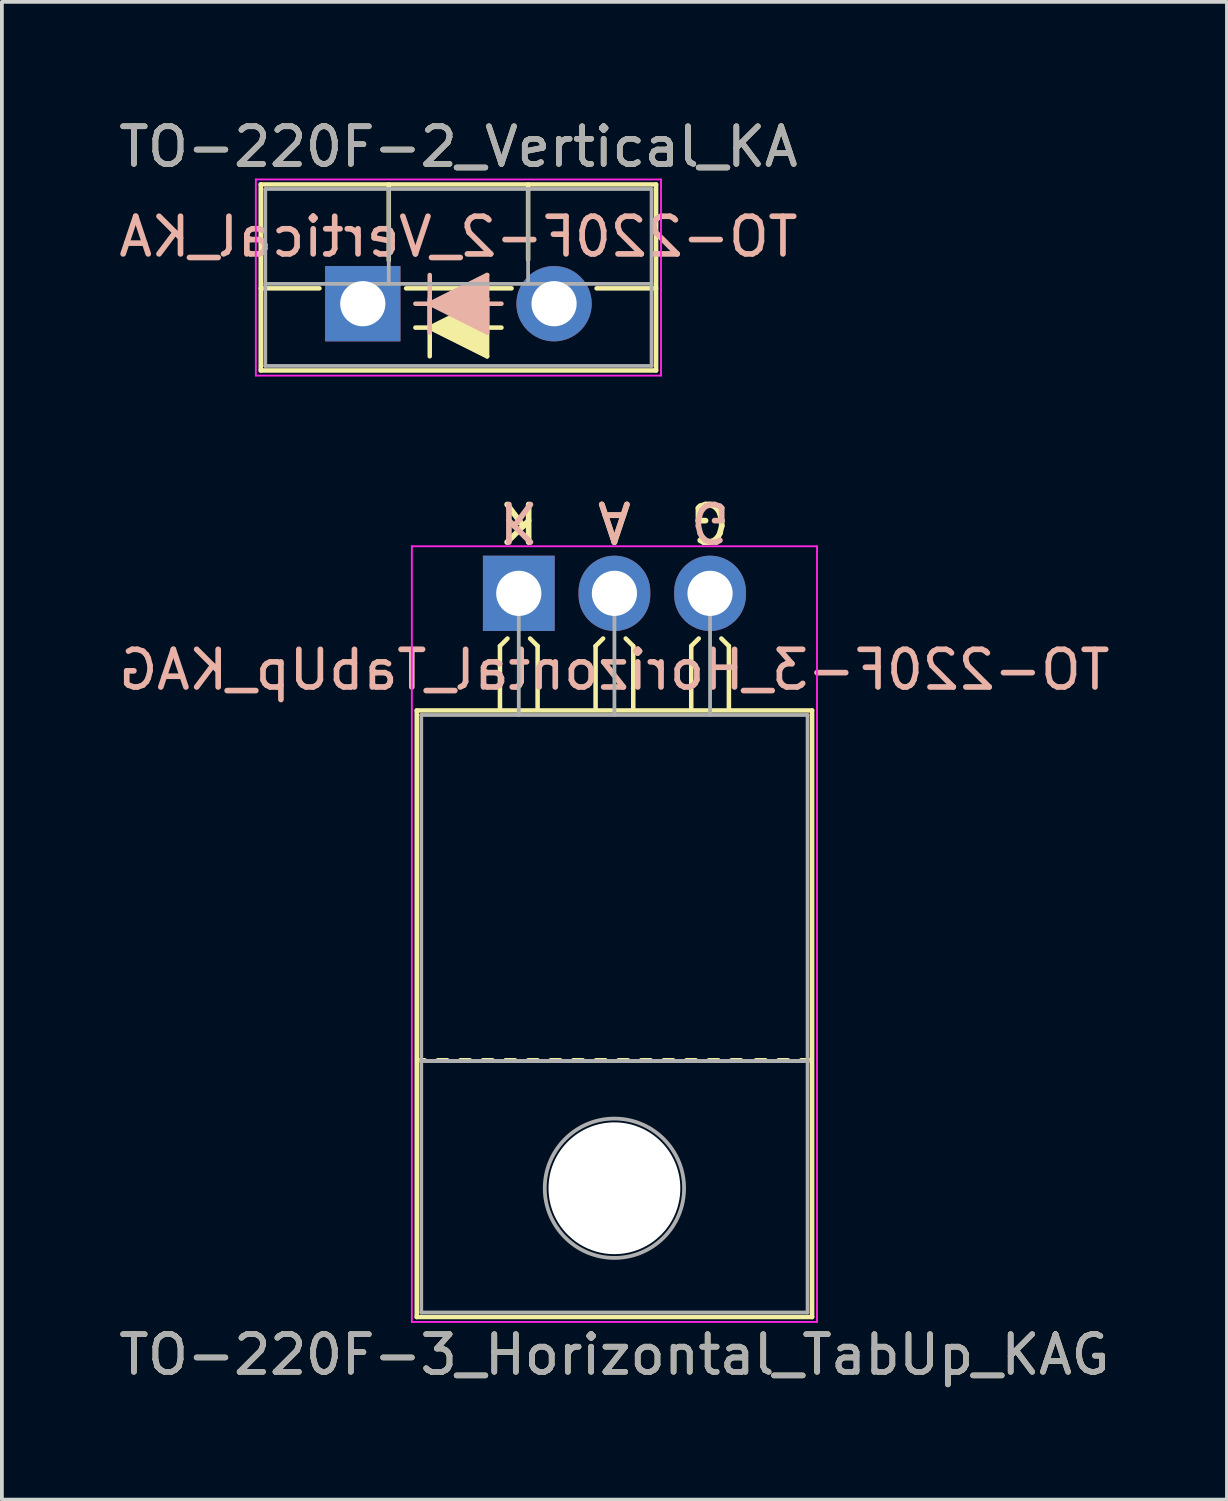
<source format=kicad_pcb>
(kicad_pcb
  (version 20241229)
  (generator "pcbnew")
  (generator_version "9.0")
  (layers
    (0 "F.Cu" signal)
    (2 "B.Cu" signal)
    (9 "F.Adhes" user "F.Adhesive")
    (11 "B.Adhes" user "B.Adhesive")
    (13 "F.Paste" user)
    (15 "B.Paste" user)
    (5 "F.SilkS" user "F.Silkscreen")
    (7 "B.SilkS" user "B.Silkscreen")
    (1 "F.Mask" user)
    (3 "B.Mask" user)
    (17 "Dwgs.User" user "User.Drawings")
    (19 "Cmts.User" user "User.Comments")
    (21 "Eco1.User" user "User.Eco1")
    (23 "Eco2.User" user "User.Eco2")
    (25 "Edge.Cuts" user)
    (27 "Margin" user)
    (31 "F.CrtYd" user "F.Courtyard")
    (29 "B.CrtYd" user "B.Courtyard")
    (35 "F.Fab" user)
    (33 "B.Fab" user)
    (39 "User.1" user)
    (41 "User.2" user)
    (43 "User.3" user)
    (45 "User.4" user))
  (footprint "TO-220F-3_Horizontal_TabUp_KAG"
    (layer "F.Cu")
    (at 10.728 12.708)
    (property "Reference" "TO-220F-3_Horizontal_TabUp_KAG" (at 2.54 20.22 0) (layer "F.SilkS") (effects (font (size 1 1) (thickness 0.15))))
    (fp_line (start -2.71 19.22) (end -2.71 3.11) (stroke (width 0.12) (type solid)) (layer "F.SilkS"))
    (fp_line (start -2.5 12.4) (end -2.7 12.4) (stroke (width 0.12) (type solid)) (layer "F.SilkS"))
    (fp_line (start -1.9 12.4) (end -2.15 12.4) (stroke (width 0.12) (type solid)) (layer "F.SilkS"))
    (fp_line (start -1.3 12.4) (end -1.55 12.4) (stroke (width 0.12) (type solid)) (layer "F.SilkS"))
    (fp_line (start -0.7 12.4) (end -0.95 12.4) (stroke (width 0.12) (type solid)) (layer "F.SilkS"))
    (fp_line (start -0.5 1.4) (end -0.3 1.2) (stroke (width 0.12) (type solid)) (layer "F.SilkS"))
    (fp_line (start -0.5 3.048) (end -0.5 1.4) (stroke (width 0.12) (type solid)) (layer "F.SilkS"))
    (fp_line (start -0.1 12.4) (end -0.35 12.4) (stroke (width 0.12) (type solid)) (layer "F.SilkS"))
    (fp_line (start 0.5 1.4) (end 0.3 1.2) (stroke (width 0.12) (type solid)) (layer "F.SilkS"))
    (fp_line (start 0.5 3.048) (end 0.5 1.4) (stroke (width 0.12) (type solid)) (layer "F.SilkS"))
    (fp_line (start 0.5 12.4) (end 0.25 12.4) (stroke (width 0.12) (type solid)) (layer "F.SilkS"))
    (fp_line (start 1.1 12.4) (end 0.85 12.4) (stroke (width 0.12) (type solid)) (layer "F.SilkS"))
    (fp_line (start 1.7 12.4) (end 1.45 12.4) (stroke (width 0.12) (type solid)) (layer "F.SilkS"))
    (fp_line (start 2.04 1.4) (end 2.24 1.2) (stroke (width 0.12) (type solid)) (layer "F.SilkS"))
    (fp_line (start 2.04 3.048) (end 2.04 1.4) (stroke (width 0.12) (type solid)) (layer "F.SilkS"))
    (fp_line (start 2.3 12.4) (end 2.05 12.4) (stroke (width 0.12) (type solid)) (layer "F.SilkS"))
    (fp_line (start 2.9 12.4) (end 2.65 12.4) (stroke (width 0.12) (type solid)) (layer "F.SilkS"))
    (fp_line (start 3.04 1.4) (end 2.84 1.2) (stroke (width 0.12) (type solid)) (layer "F.SilkS"))
    (fp_line (start 3.04 3.048) (end 3.04 1.4) (stroke (width 0.12) (type solid)) (layer "F.SilkS"))
    (fp_line (start 3.5 12.4) (end 3.25 12.4) (stroke (width 0.12) (type solid)) (layer "F.SilkS"))
    (fp_line (start 4.1 12.4) (end 3.85 12.4) (stroke (width 0.12) (type solid)) (layer "F.SilkS"))
    (fp_line (start 4.58 1.4) (end 4.78 1.2) (stroke (width 0.12) (type solid)) (layer "F.SilkS"))
    (fp_line (start 4.58 3.048) (end 4.58 1.4) (stroke (width 0.12) (type solid)) (layer "F.SilkS"))
    (fp_line (start 4.7 12.4) (end 4.45 12.4) (stroke (width 0.12) (type solid)) (layer "F.SilkS"))
    (fp_line (start 5.3 12.4) (end 5.05 12.4) (stroke (width 0.12) (type solid)) (layer "F.SilkS"))
    (fp_line (start 5.58 1.4) (end 5.38 1.2) (stroke (width 0.12) (type solid)) (layer "F.SilkS"))
    (fp_line (start 5.58 3.048) (end 5.58 1.4) (stroke (width 0.12) (type solid)) (layer "F.SilkS"))
    (fp_line (start 5.9 12.4) (end 5.65 12.4) (stroke (width 0.12) (type solid)) (layer "F.SilkS"))
    (fp_line (start 6.55 12.4) (end 6.3 12.4) (stroke (width 0.12) (type solid)) (layer "F.SilkS"))
    (fp_line (start 7.15 12.4) (end 6.9 12.4) (stroke (width 0.12) (type solid)) (layer "F.SilkS"))
    (fp_line (start 7.75 12.4) (end 7.5 12.4) (stroke (width 0.12) (type solid)) (layer "F.SilkS"))
    (fp_line (start 7.79 3.11) (end -2.71 3.11) (stroke (width 0.12) (type solid)) (layer "F.SilkS"))
    (fp_line (start 7.79 19.22) (end -2.71 19.22) (stroke (width 0.12) (type solid)) (layer "F.SilkS"))
    (fp_line (start 7.79 19.22) (end 7.79 3.11) (stroke (width 0.12) (type solid)) (layer "F.SilkS"))
    (fp_line (start -2.84 -1.25) (end -2.84 19.35) (stroke (width 0.05) (type solid)) (layer "F.CrtYd"))
    (fp_line (start -2.84 19.35) (end 7.92 19.35) (stroke (width 0.05) (type solid)) (layer "F.CrtYd"))
    (fp_line (start 7.92 -1.25) (end -2.84 -1.25) (stroke (width 0.05) (type solid)) (layer "F.CrtYd"))
    (fp_line (start 7.92 19.35) (end 7.92 -1.25) (stroke (width 0.05) (type solid)) (layer "F.CrtYd"))
    (fp_line (start -2.59 3.23) (end -2.59 12.42) (stroke (width 0.1) (type solid)) (layer "F.Fab"))
    (fp_line (start -2.59 12.42) (end -2.59 19.1) (stroke (width 0.1) (type solid)) (layer "F.Fab"))
    (fp_line (start -2.59 12.42) (end 7.67 12.42) (stroke (width 0.1) (type solid)) (layer "F.Fab"))
    (fp_line (start -2.59 19.1) (end 7.67 19.1) (stroke (width 0.1) (type solid)) (layer "F.Fab"))
    (fp_line (start 0 3.23) (end 0 0) (stroke (width 0.1) (type solid)) (layer "F.Fab"))
    (fp_line (start 2.54 3.23) (end 2.54 0) (stroke (width 0.1) (type solid)) (layer "F.Fab"))
    (fp_line (start 5.08 3.23) (end 5.08 0) (stroke (width 0.1) (type solid)) (layer "F.Fab"))
    (fp_line (start 7.67 3.23) (end -2.59 3.23) (stroke (width 0.1) (type solid)) (layer "F.Fab"))
    (fp_line (start 7.67 12.42) (end -2.59 12.42) (stroke (width 0.1) (type solid)) (layer "F.Fab"))
    (fp_line (start 7.67 12.42) (end 7.67 3.23) (stroke (width 0.1) (type solid)) (layer "F.Fab"))
    (fp_line (start 7.67 19.1) (end 7.67 12.42) (stroke (width 0.1) (type solid)) (layer "F.Fab"))
    (fp_circle (center 2.54 15.8) (end 4.39 15.8) (stroke (width 0.1) (type solid)) (fill no) (layer "F.Fab"))
    (fp_text user "A" (at 2.54 -1.905 180) (unlocked yes) (layer "F.SilkS") (effects (font (size 1 1) (thickness 0.15))))
    (fp_text user "G" (at 5.08 -1.905 180) (unlocked yes) (layer "F.SilkS") (effects (font (size 1 1) (thickness 0.15))))
    (fp_text user "K" (at 0 -1.905 180) (unlocked yes) (layer "F.SilkS") (effects (font (size 1 1) (thickness 0.15))))
    (fp_text user "K" (at 0 -1.905 180) (unlocked yes) (layer "B.SilkS") (effects (font (size 1 1) (thickness 0.15)) (justify mirror)))
    (fp_text user "${REFERENCE}" (at 2.54 2.032 0) (layer "B.SilkS") (effects (font (size 1 1) (thickness 0.15)) (justify mirror)))
    (fp_text user "G" (at 5.08 -1.905 180) (unlocked yes) (layer "B.SilkS") (effects (font (size 1 1) (thickness 0.15)) (justify mirror)))
    (fp_text user "A" (at 2.536 -1.909 180) (unlocked yes) (layer "B.SilkS") (effects (font (size 1 1) (thickness 0.15)) (justify mirror)))
    (fp_text user "${REFERENCE}" (at 2.54 20.22 0) (layer "F.Fab") (effects (font (size 1 1) (thickness 0.15))))
    (pad "" np_thru_hole oval (at 2.54 15.8) (size 3.5 3.5) (drill 3.5) (layers "*.Cu" "*.Mask"))
    (pad "1" thru_hole rect (at 0 0) (size 1.905 2) (drill 1.2) (layers "*.Cu" "*.Mask"))
    (pad "2" thru_hole oval (at 2.54 0) (size 1.905 2) (drill 1.2) (layers "*.Cu" "*.Mask"))
    (pad "3" thru_hole oval (at 5.08 0) (size 1.905 2) (drill 1.2) (layers "*.Cu" "*.Mask")))
  (footprint "TO-220F-2_Vertical_KA"
    (layer "F.Cu")
    (at 6.585 5.016)
    (property "Reference" "TO-220F-2_Vertical_KA" (at 2.54 -4.168 0) (layer "F.SilkS") (effects (font (size 1 1) (thickness 0.15))))
    (fp_line (start -2.71 -3.168) (end -2.71 1.773) (stroke (width 0.12) (type solid)) (layer "F.SilkS"))
    (fp_line (start -2.71 -3.168) (end 7.79 -3.168) (stroke (width 0.12) (type solid)) (layer "F.SilkS"))
    (fp_line (start -2.71 -0.408) (end -1.15 -0.408) (stroke (width 0.12) (type solid)) (layer "F.SilkS"))
    (fp_line (start -2.71 1.773) (end 7.79 1.773) (stroke (width 0.12) (type solid)) (layer "F.SilkS"))
    (fp_line (start 0.69 -3.168) (end 0.69 -1.15) (stroke (width 0.12) (type solid)) (layer "F.SilkS"))
    (fp_line (start 1.15 -0.408) (end 3.952 -0.408) (stroke (width 0.12) (type solid)) (layer "F.SilkS"))
    (fp_line (start 1.397 0.635) (end 1.778 0.635) (stroke (width 0.12) (type solid)) (layer "F.SilkS"))
    (fp_line (start 1.778 0.635) (end 1.778 -0.127) (stroke (width 0.12) (type solid)) (layer "F.SilkS"))
    (fp_line (start 1.778 0.635) (end 1.778 1.397) (stroke (width 0.12) (type solid)) (layer "F.SilkS"))
    (fp_line (start 1.778 0.635) (end 3.302 1.397) (stroke (width 0.12) (type solid)) (layer "F.SilkS"))
    (fp_line (start 3.302 -0.127) (end 1.778 0.635) (stroke (width 0.12) (type solid)) (layer "F.SilkS"))
    (fp_line (start 3.302 0.635) (end 3.683 0.635) (stroke (width 0.12) (type solid)) (layer "F.SilkS"))
    (fp_line (start 3.302 1.397) (end 3.302 -0.127) (stroke (width 0.12) (type solid)) (layer "F.SilkS"))
    (fp_line (start 4.391 -3.168) (end 4.391 -1.165) (stroke (width 0.12) (type solid)) (layer "F.SilkS"))
    (fp_line (start 6.209 -0.408) (end 7.79 -0.408) (stroke (width 0.12) (type solid)) (layer "F.SilkS"))
    (fp_line (start 7.79 -3.168) (end 7.79 1.773) (stroke (width 0.12) (type solid)) (layer "F.SilkS"))
    (fp_poly (pts (xy 3.3 1.4) (xy 1.8 0.65) (xy 3.3 -0.1)) (stroke (width 0.1) (type solid)) (fill yes) (layer "F.SilkS"))
    (fp_line (start 1.397 0) (end 1.778 0) (stroke (width 0.12) (type solid)) (layer "B.SilkS"))
    (fp_line (start 1.778 0) (end 1.778 -0.762) (stroke (width 0.12) (type solid)) (layer "B.SilkS"))
    (fp_line (start 1.778 0) (end 1.778 0.762) (stroke (width 0.12) (type solid)) (layer "B.SilkS"))
    (fp_line (start 1.778 0) (end 3.302 -0.762) (stroke (width 0.12) (type solid)) (layer "B.SilkS"))
    (fp_line (start 3.302 -0.762) (end 3.302 0.762) (stroke (width 0.12) (type solid)) (layer "B.SilkS"))
    (fp_line (start 3.302 0) (end 3.683 0) (stroke (width 0.12) (type solid)) (layer "B.SilkS"))
    (fp_line (start 3.302 0.762) (end 1.778 0) (stroke (width 0.12) (type solid)) (layer "B.SilkS"))
    (fp_poly (pts (xy 3.3 -0.765) (xy 1.8 -0.015) (xy 3.3 0.735)) (stroke (width 0.1) (type solid)) (fill yes) (layer "B.SilkS"))
    (fp_line (start -2.84 -3.3) (end -2.84 1.91) (stroke (width 0.05) (type solid)) (layer "F.CrtYd"))
    (fp_line (start -2.84 1.91) (end 7.92 1.91) (stroke (width 0.05) (type solid)) (layer "F.CrtYd"))
    (fp_line (start 7.92 -3.3) (end -2.84 -3.3) (stroke (width 0.05) (type solid)) (layer "F.CrtYd"))
    (fp_line (start 7.92 1.91) (end 7.92 -3.3) (stroke (width 0.05) (type solid)) (layer "F.CrtYd"))
    (fp_line (start -2.59 -3.047) (end -2.59 1.653) (stroke (width 0.1) (type solid)) (layer "F.Fab"))
    (fp_line (start -2.59 -0.527) (end 7.67 -0.527) (stroke (width 0.1) (type solid)) (layer "F.Fab"))
    (fp_line (start -2.59 1.653) (end 7.67 1.653) (stroke (width 0.1) (type solid)) (layer "F.Fab"))
    (fp_line (start 0.69 -3.047) (end 0.69 -0.527) (stroke (width 0.1) (type solid)) (layer "F.Fab"))
    (fp_line (start 4.39 -3.047) (end 4.39 -0.527) (stroke (width 0.1) (type solid)) (layer "F.Fab"))
    (fp_line (start 7.67 -3.047) (end -2.59 -3.047) (stroke (width 0.1) (type solid)) (layer "F.Fab"))
    (fp_line (start 7.67 1.653) (end 7.67 -3.047) (stroke (width 0.1) (type solid)) (layer "F.Fab"))
    (fp_text user "${REFERENCE}" (at 2.54 -1.778 0) (layer "B.SilkS") (effects (font (size 1 1) (thickness 0.15)) (justify mirror)))
    (fp_text user "${REFERENCE}" (at 2.54 -4.168 0) (layer "F.Fab") (effects (font (size 1 1) (thickness 0.15))))
    (pad "1" thru_hole rect (at 0 0) (size 2 2) (drill 1.2) (layers "*.Cu" "*.Mask"))
    (pad "2" thru_hole oval (at 5.08 0) (size 2 2) (drill 1.2) (layers "*.Cu" "*.Mask")))
  (gr_rect
    (start -3 -3)
    (end 29.536 36.777)
    (stroke (width 0.1) (type default))
    (fill no)
    (layer "Edge.Cuts")))
</source>
